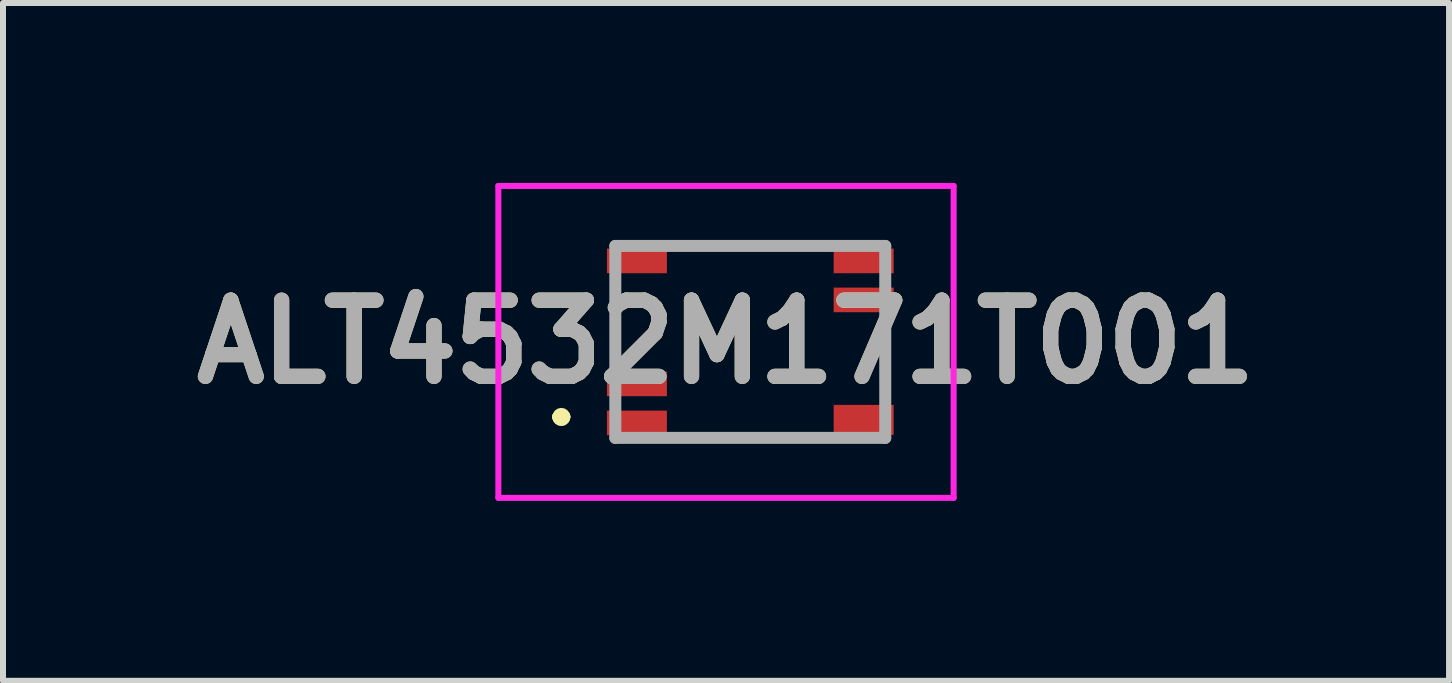
<source format=kicad_pcb>
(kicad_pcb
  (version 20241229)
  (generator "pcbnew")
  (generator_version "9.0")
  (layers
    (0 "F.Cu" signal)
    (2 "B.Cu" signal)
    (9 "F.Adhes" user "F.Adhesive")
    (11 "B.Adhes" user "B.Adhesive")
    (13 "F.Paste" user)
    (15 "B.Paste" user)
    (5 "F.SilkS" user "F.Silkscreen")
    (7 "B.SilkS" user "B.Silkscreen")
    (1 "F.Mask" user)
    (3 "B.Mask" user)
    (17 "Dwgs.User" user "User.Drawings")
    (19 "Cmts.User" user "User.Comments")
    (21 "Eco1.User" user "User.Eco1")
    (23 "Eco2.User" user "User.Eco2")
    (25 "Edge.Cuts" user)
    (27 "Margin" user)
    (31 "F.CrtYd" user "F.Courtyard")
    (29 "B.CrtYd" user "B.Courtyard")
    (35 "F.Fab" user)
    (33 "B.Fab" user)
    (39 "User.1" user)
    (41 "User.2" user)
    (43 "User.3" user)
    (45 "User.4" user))
  (footprint "ALT4532M171T001"
    (layer "F.Cu")
    (at 9.458 2.65)
    (property "Reference" "ALT4532M171T001" (at -0.405 0 0) (layer "F.SilkS") (effects (font (size 1.27 1.27) (thickness 0.254))))
    (attr smd)
    (fp_line (start -3.2 1.25) (end -3.2 1.25) (stroke (width 0.2) (type solid)) (layer "F.SilkS"))
    (fp_line (start -3.2 1.25) (end -3.2 1.25) (stroke (width 0.2) (type solid)) (layer "F.SilkS"))
    (fp_line (start -3.1 1.25) (end -3.1 1.25) (stroke (width 0.2) (type solid)) (layer "F.SilkS"))
    (fp_line (start -2.25 0) (end -2.25 -0.75) (stroke (width 0.1) (type solid)) (layer "F.SilkS"))
    (fp_line (start -0.75 -1.6) (end 1 -1.6) (stroke (width 0.1) (type solid)) (layer "F.SilkS"))
    (fp_line (start -0.75 1.6) (end 1 1.6) (stroke (width 0.1) (type solid)) (layer "F.SilkS"))
    (fp_line (start 2.25 0) (end 2.25 0.7) (stroke (width 0.1) (type solid)) (layer "F.SilkS"))
    (fp_arc (start -3.2 1.25) (mid -3.15 1.2) (end -3.1 1.25) (stroke (width 0.2) (type solid)) (layer "F.SilkS"))
    (fp_arc (start -3.1 1.25) (mid -3.15 1.3) (end -3.2 1.25) (stroke (width 0.2) (type solid)) (layer "F.SilkS"))
    (fp_arc (start -3.1 1.25) (mid -3.15 1.3) (end -3.2 1.25) (stroke (width 0.2) (type solid)) (layer "F.SilkS"))
    (fp_line (start -4.2 -2.6) (end 3.39 -2.6) (stroke (width 0.1) (type solid)) (layer "F.CrtYd"))
    (fp_line (start -4.2 2.6) (end -4.2 -2.6) (stroke (width 0.1) (type solid)) (layer "F.CrtYd"))
    (fp_line (start 3.39 -2.6) (end 3.39 2.6) (stroke (width 0.1) (type solid)) (layer "F.CrtYd"))
    (fp_line (start 3.39 2.6) (end -4.2 2.6) (stroke (width 0.1) (type solid)) (layer "F.CrtYd"))
    (fp_line (start -2.25 -1.6) (end -2.25 1.6) (stroke (width 0.2) (type solid)) (layer "F.Fab"))
    (fp_line (start -2.25 1.6) (end 2.25 1.6) (stroke (width 0.2) (type solid)) (layer "F.Fab"))
    (fp_line (start 2.25 -1.6) (end -2.25 -1.6) (stroke (width 0.2) (type solid)) (layer "F.Fab"))
    (fp_line (start 2.25 1.6) (end 2.25 -1.6) (stroke (width 0.2) (type solid)) (layer "F.Fab"))
    (fp_text user "${REFERENCE}" (at -0.405 0 0) (layer "F.Fab") (effects (font (size 1.27 1.27) (thickness 0.254))))
    (pad "1" smd rect (at -1.89 1.35 90) (size 0.41 1) (layers "F.Cu" "F.Mask" "F.Paste"))
    (pad "2" smd rect (at -1.89 0.7 90) (size 0.41 1) (layers "F.Cu" "F.Mask" "F.Paste"))
    (pad "3" smd rect (at -1.89 -1.35 90) (size 0.41 1) (layers "F.Cu" "F.Mask" "F.Paste"))
    (pad "4" smd rect (at 1.89 -1.35 90) (size 0.41 1) (layers "F.Cu" "F.Mask" "F.Paste"))
    (pad "5" smd rect (at 1.89 -0.7 90) (size 0.41 1) (layers "F.Cu" "F.Mask" "F.Paste"))
    (pad "6" smd rect (at 1.89 1.3 90) (size 0.5 1) (layers "F.Cu" "F.Mask" "F.Paste")))
  (gr_rect
    (start -3 -3)
    (end 21.107 8.3)
    (stroke (width 0.1) (type default))
    (fill no)
    (layer "Edge.Cuts")))
</source>
